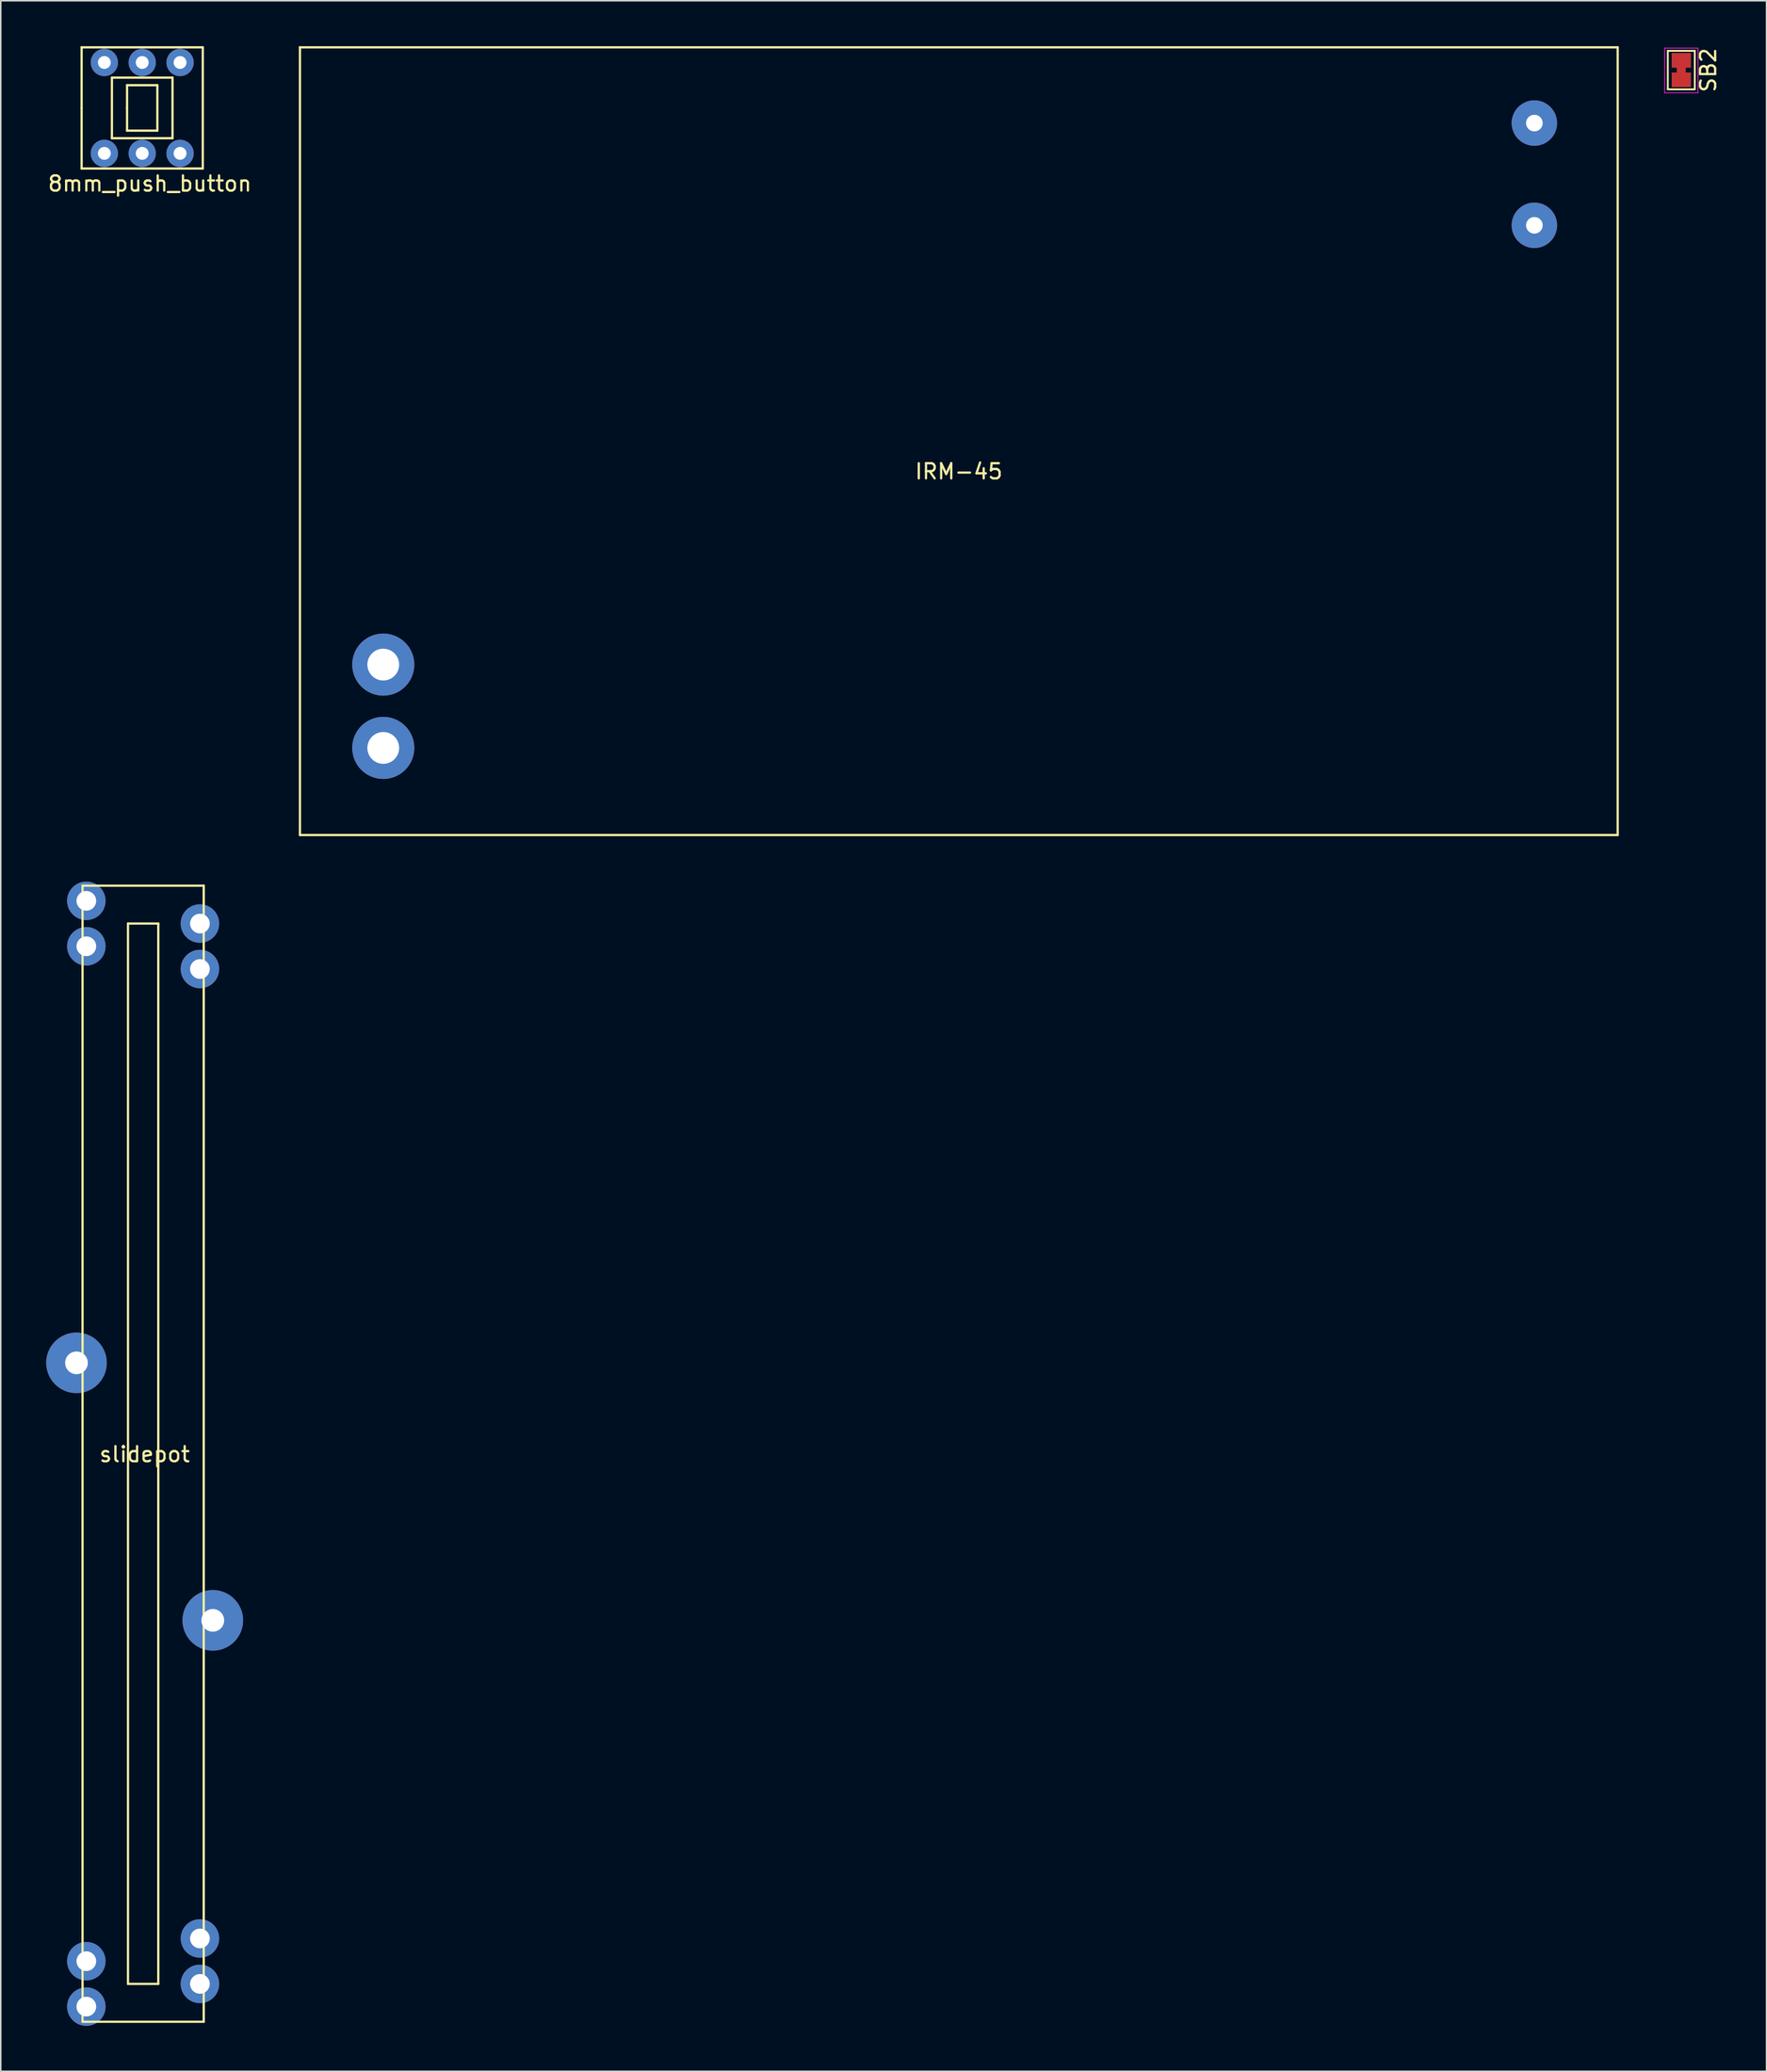
<source format=kicad_pcb>
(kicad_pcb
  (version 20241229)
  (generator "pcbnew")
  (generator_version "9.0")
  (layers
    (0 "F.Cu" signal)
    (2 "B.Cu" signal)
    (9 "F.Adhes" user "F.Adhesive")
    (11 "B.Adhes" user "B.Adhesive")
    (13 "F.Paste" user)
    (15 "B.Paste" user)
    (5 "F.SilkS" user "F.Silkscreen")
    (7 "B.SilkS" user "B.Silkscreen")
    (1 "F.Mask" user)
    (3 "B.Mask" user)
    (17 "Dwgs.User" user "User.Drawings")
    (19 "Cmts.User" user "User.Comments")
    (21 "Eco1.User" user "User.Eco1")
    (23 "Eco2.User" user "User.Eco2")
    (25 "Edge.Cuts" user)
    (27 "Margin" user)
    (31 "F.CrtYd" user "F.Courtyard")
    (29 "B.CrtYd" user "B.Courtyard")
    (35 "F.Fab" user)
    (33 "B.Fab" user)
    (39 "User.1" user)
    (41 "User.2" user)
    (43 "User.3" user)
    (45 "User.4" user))
  (footprint "IRM-45"
    (layer "F.Cu")
    (at 60.254 26.075)
    (property "Reference" "IRM-45" (at 0 2 0) (layer "F.SilkS") (effects (font (size 1 1) (thickness 0.15))))
    (attr through_hole)
    (fp_line (start -43.5 -26) (end 43.5 -26) (stroke (width 0.15) (type solid)) (layer "F.SilkS"))
    (fp_line (start -43.5 26) (end -43.5 -26) (stroke (width 0.15) (type solid)) (layer "F.SilkS"))
    (fp_line (start 43.5 -26) (end 43.5 26) (stroke (width 0.15) (type solid)) (layer "F.SilkS"))
    (fp_line (start 43.5 26) (end -43.5 26) (stroke (width 0.15) (type solid)) (layer "F.SilkS"))
    (pad "1" thru_hole circle (at 38 -21) (size 3 3) (drill 1.1) (layers "*.Cu" "*.Mask"))
    (pad "2" thru_hole circle (at 38 -14.25) (size 3 3) (drill 1.1) (layers "*.Cu" "*.Mask"))
    (pad "3" thru_hole circle (at -38 14.75) (size 4.1 4.1) (drill 2.1) (layers "*.Cu" "*.Mask"))
    (pad "4" thru_hole circle (at -38 20.25) (size 4.1 4.1) (drill 2.1) (layers "*.Cu" "*.Mask")))
  (footprint "slidepot"
    (layer "F.Cu")
    (at 6.4 92.92)
    (property "Reference" "slidepot" (at 0.1 0.04 0) (layer "F.SilkS") (effects (font (size 1 1) (thickness 0.15))))
    (attr through_hole)
    (fp_line (start -4 -37.5) (end -4 37.5) (stroke (width 0.15) (type solid)) (layer "F.SilkS"))
    (fp_line (start -4 37.5) (end 4 37.5) (stroke (width 0.15) (type solid)) (layer "F.SilkS"))
    (fp_line (start -1 -35) (end 1 -35) (stroke (width 0.15) (type solid)) (layer "F.SilkS"))
    (fp_line (start -1 35) (end -1 -35) (stroke (width 0.15) (type solid)) (layer "F.SilkS"))
    (fp_line (start 1 -35) (end 1 35) (stroke (width 0.15) (type solid)) (layer "F.SilkS"))
    (fp_line (start 1 35) (end -1 35) (stroke (width 0.15) (type solid)) (layer "F.SilkS"))
    (fp_line (start 4 -37.5) (end -4 -37.5) (stroke (width 0.15) (type solid)) (layer "F.SilkS"))
    (fp_line (start 4 37.5) (end 4 -37.5) (stroke (width 0.15) (type solid)) (layer "F.SilkS"))
    (pad "1" thru_hole circle (at 3.75 -32) (size 2.54 2.54) (drill 1.3) (layers "*.Cu" "*.Mask"))
    (pad "2" thru_hole circle (at 3.75 -35) (size 2.54 2.54) (drill 1.3) (layers "*.Cu" "*.Mask"))
    (pad "3" thru_hole circle (at 3.75 32) (size 2.54 2.54) (drill 1.3) (layers "*.Cu" "*.Mask"))
    (pad "3" thru_hole circle (at 3.75 35) (size 2.54 2.54) (drill 1.3) (layers "*.Cu" "*.Mask"))
    (pad "4" thru_hole circle (at -4.4 -6 180) (size 4 4) (drill 1.5) (layers "*.Cu" "*.Mask"))
    (pad "4" thru_hole circle (at 4.6 11 180) (size 4 4) (drill 1.5) (layers "*.Cu" "*.Mask"))
    (pad "5" thru_hole circle (at -3.75 -36.5) (size 2.54 2.54) (drill 1.3) (layers "*.Cu" "*.Mask"))
    (pad "5" thru_hole circle (at -3.75 -33.5) (size 2.54 2.54) (drill 1.3) (layers "*.Cu" "*.Mask"))
    (pad "5" thru_hole circle (at -3.75 33.5) (size 2.54 2.54) (drill 1.3) (layers "*.Cu" "*.Mask"))
    (pad "5" thru_hole circle (at -3.75 36.5) (size 2.54 2.54) (drill 1.3) (layers "*.Cu" "*.Mask")))
  (footprint "8mm_push_button"
    (layer "F.Cu")
    (at 6.339 4.075)
    (property "Reference" "8mm_push_button" (at 0.5 5 0) (layer "F.SilkS") (effects (font (size 1 1) (thickness 0.15))))
    (attr through_hole)
    (fp_line (start -4 -4) (end 4 -4) (stroke (width 0.15) (type solid)) (layer "F.SilkS"))
    (fp_line (start -4 0) (end -4 -4) (stroke (width 0.15) (type solid)) (layer "F.SilkS"))
    (fp_line (start -4 4) (end -4 0) (stroke (width 0.15) (type solid)) (layer "F.SilkS"))
    (fp_line (start -2 -2) (end 2 -2) (stroke (width 0.15) (type solid)) (layer "F.SilkS"))
    (fp_line (start -2 2) (end -2 -2) (stroke (width 0.15) (type solid)) (layer "F.SilkS"))
    (fp_line (start -1 -1.5) (end -1 0) (stroke (width 0.15) (type solid)) (layer "F.SilkS"))
    (fp_line (start -1 0) (end -1 1.5) (stroke (width 0.15) (type solid)) (layer "F.SilkS"))
    (fp_line (start -1 1.5) (end 1 1.5) (stroke (width 0.15) (type solid)) (layer "F.SilkS"))
    (fp_line (start 1 -1.5) (end -1 -1.5) (stroke (width 0.15) (type solid)) (layer "F.SilkS"))
    (fp_line (start 1 1.5) (end 1 -1.5) (stroke (width 0.15) (type solid)) (layer "F.SilkS"))
    (fp_line (start 2 -2) (end 2 2) (stroke (width 0.15) (type solid)) (layer "F.SilkS"))
    (fp_line (start 2 2) (end -2 2) (stroke (width 0.15) (type solid)) (layer "F.SilkS"))
    (fp_line (start 4 -4) (end 4 4) (stroke (width 0.15) (type solid)) (layer "F.SilkS"))
    (fp_line (start 4 4) (end -4 4) (stroke (width 0.15) (type solid)) (layer "F.SilkS"))
    (pad "1" thru_hole circle (at 0 -3) (size 1.8 1.8) (drill 0.85) (layers "*.Cu" "*.Mask"))
    (pad "2" thru_hole circle (at -2.5 -3) (size 1.8 1.8) (drill 0.85) (layers "*.Cu" "*.Mask"))
    (pad "3" thru_hole circle (at 2.5 -3) (size 1.8 1.8) (drill 0.85) (layers "*.Cu" "*.Mask"))
    (pad "4" thru_hole circle (at 0 3) (size 1.8 1.8) (drill 0.85) (layers "*.Cu" "*.Mask"))
    (pad "5" thru_hole circle (at -2.5 3) (size 1.8 1.8) (drill 0.85) (layers "*.Cu" "*.Mask"))
    (pad "6" thru_hole circle (at 2.5 3) (size 1.8 1.8) (drill 0.85) (layers "*.Cu" "*.Mask")))
  (footprint "SB2"
    (layer "F.Cu")
    (at 107.954 1.577)
    (property "Reference" "SB2" (at 1.78 0 90) (layer "F.SilkS") (effects (font (size 1 1) (thickness 0.15))))
    (attr smd)
    (fp_line (start -0.89 -1.27) (end -0.89 1.27) (stroke (width 0.12) (type solid)) (layer "F.SilkS"))
    (fp_line (start -0.89 -1.27) (end 0.89 -1.27) (stroke (width 0.12) (type solid)) (layer "F.SilkS"))
    (fp_line (start 0.89 1.27) (end -0.89 1.27) (stroke (width 0.12) (type solid)) (layer "F.SilkS"))
    (fp_line (start 0.89 1.27) (end 0.89 -1.27) (stroke (width 0.12) (type solid)) (layer "F.SilkS"))
    (fp_line (start -1.1 -1.45) (end 1.1 -1.45) (stroke (width 0.05) (type solid)) (layer "F.CrtYd"))
    (fp_line (start -1.1 1.5) (end -1.1 -1.45) (stroke (width 0.05) (type solid)) (layer "F.CrtYd"))
    (fp_line (start 1.1 -1.45) (end 1.1 1.5) (stroke (width 0.05) (type solid)) (layer "F.CrtYd"))
    (fp_line (start 1.1 1.5) (end -1.1 1.5) (stroke (width 0.05) (type solid)) (layer "F.CrtYd"))
    (pad "1" smd rect (at 0 -0.64) (size 1.27 0.97) (layers "F.Cu" "F.Mask" "F.Paste"))
    (pad "1" connect rect (at 0 0) (size 0.6 0.6) (layers "F.Cu" "F.Mask"))
    (pad "2" smd rect (at 0 0.64) (size 1.27 0.97) (layers "F.Cu" "F.Mask" "F.Paste")))
  (gr_rect
    (start -3 -3)
    (end 113.582 133.69)
    (stroke (width 0.1) (type default))
    (fill no)
    (layer "Edge.Cuts")))
</source>
